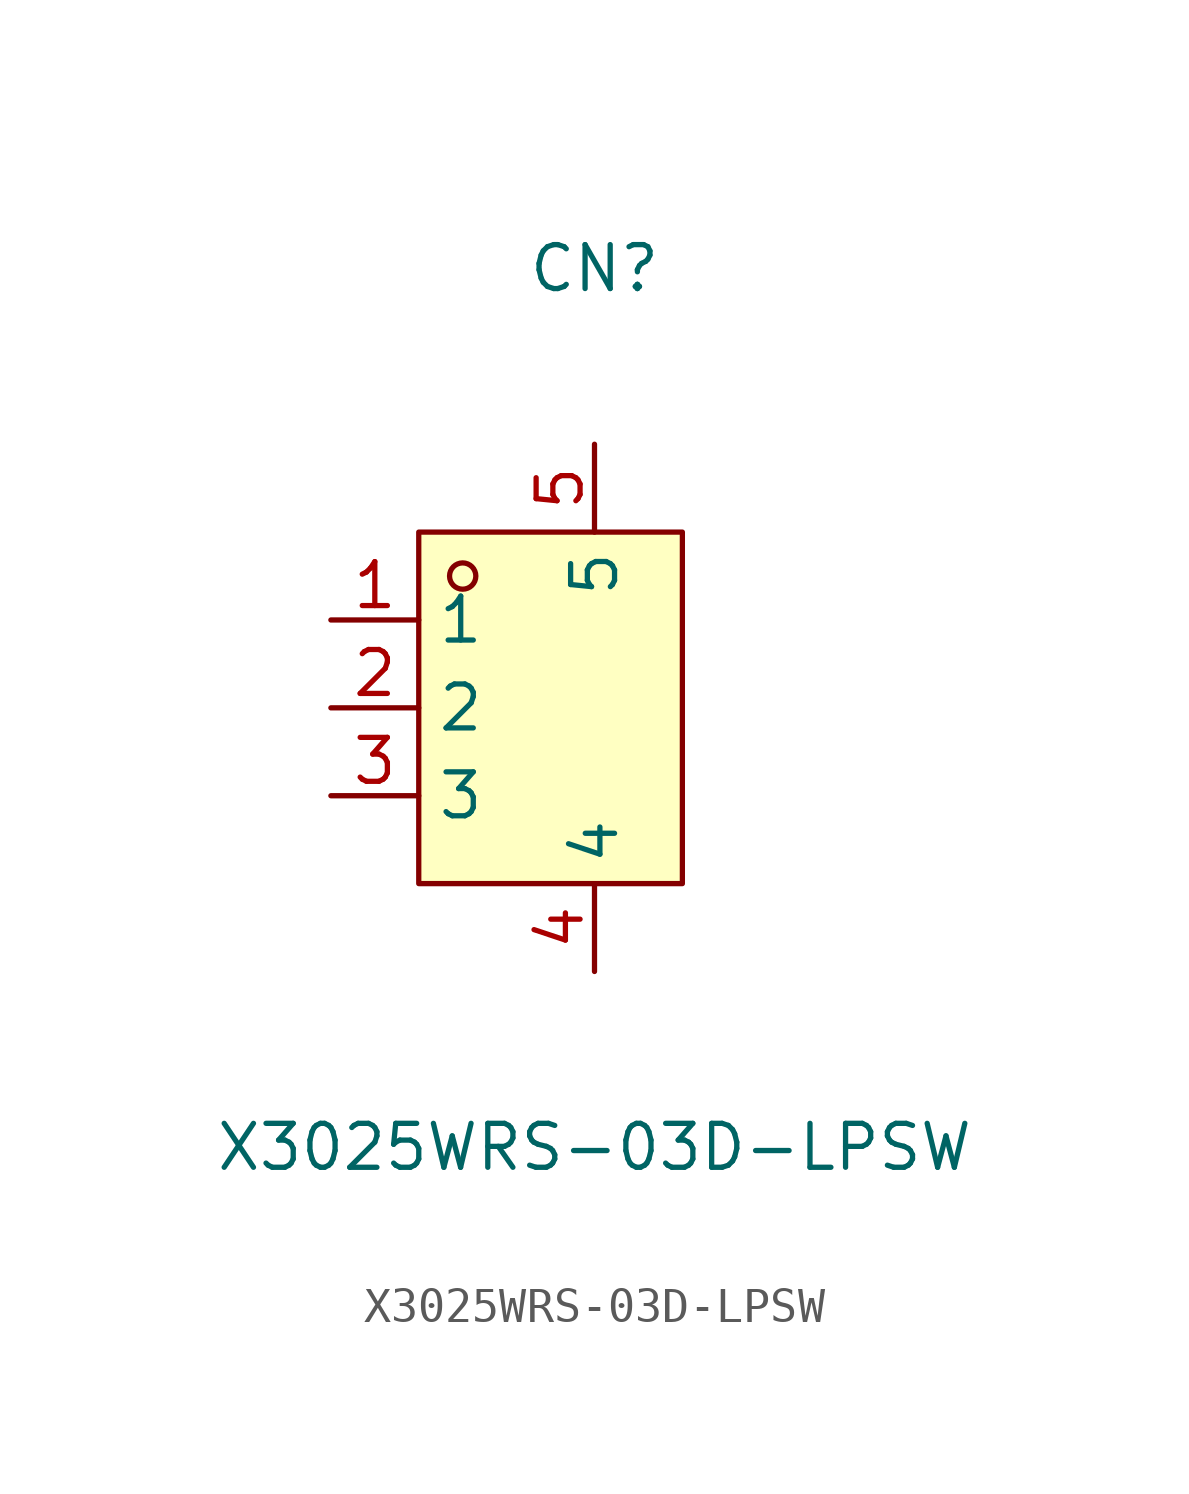
<source format=kicad_sym>
(kicad_symbol_lib
  (version 20231120)
  (generator "kicad_symbol_editor")
  (generator_version "8.0")
  (symbol "X3025WRS-03D-LPSW"
    (property "Reference" "CN"
      (at 0 12.7 0)
      (effects (font (size 1.27 1.27))))
    (property "Value" "X3025WRS-03D-LPSW"
      (at 0 -12.7 0)
      (effects (font (size 1.27 1.27))))
    (symbol "X3025WRS-03D-LPSW_0_1"
      (rectangle (start -5.08 5.08) (end 2.54 -5.08) (stroke (width 0) (type default)) (fill (type background)))
      (circle (center -3.81 3.81) (radius 0.38) (stroke (width 0) (type default)) (fill (type none)))
      (pin unspecified line (at -7.62 2.54 0) (length 2.54) (name "1" (effects (font (size 1.27 1.27)))) (number "1" (effects (font (size 1.27 1.27)))))
      (pin unspecified line (at -7.62 0 0) (length 2.54) (name "2" (effects (font (size 1.27 1.27)))) (number "2" (effects (font (size 1.27 1.27)))))
      (pin unspecified line (at -7.62 -2.54 0) (length 2.54) (name "3" (effects (font (size 1.27 1.27)))) (number "3" (effects (font (size 1.27 1.27))))))
    (symbol "X3025WRS-03D-LPSW_1_1"
      (pin passive line (at 0 -7.62 90) (length 2.54) (name "4" (effects (font (size 1.27 1.27)))) (number "4" (effects (font (size 1.27 1.27)))))
      (pin passive line (at 0 7.62 270) (length 2.54) (name "5" (effects (font (size 1.27 1.27)))) (number "5" (effects (font (size 1.27 1.27))))))))
</source>
